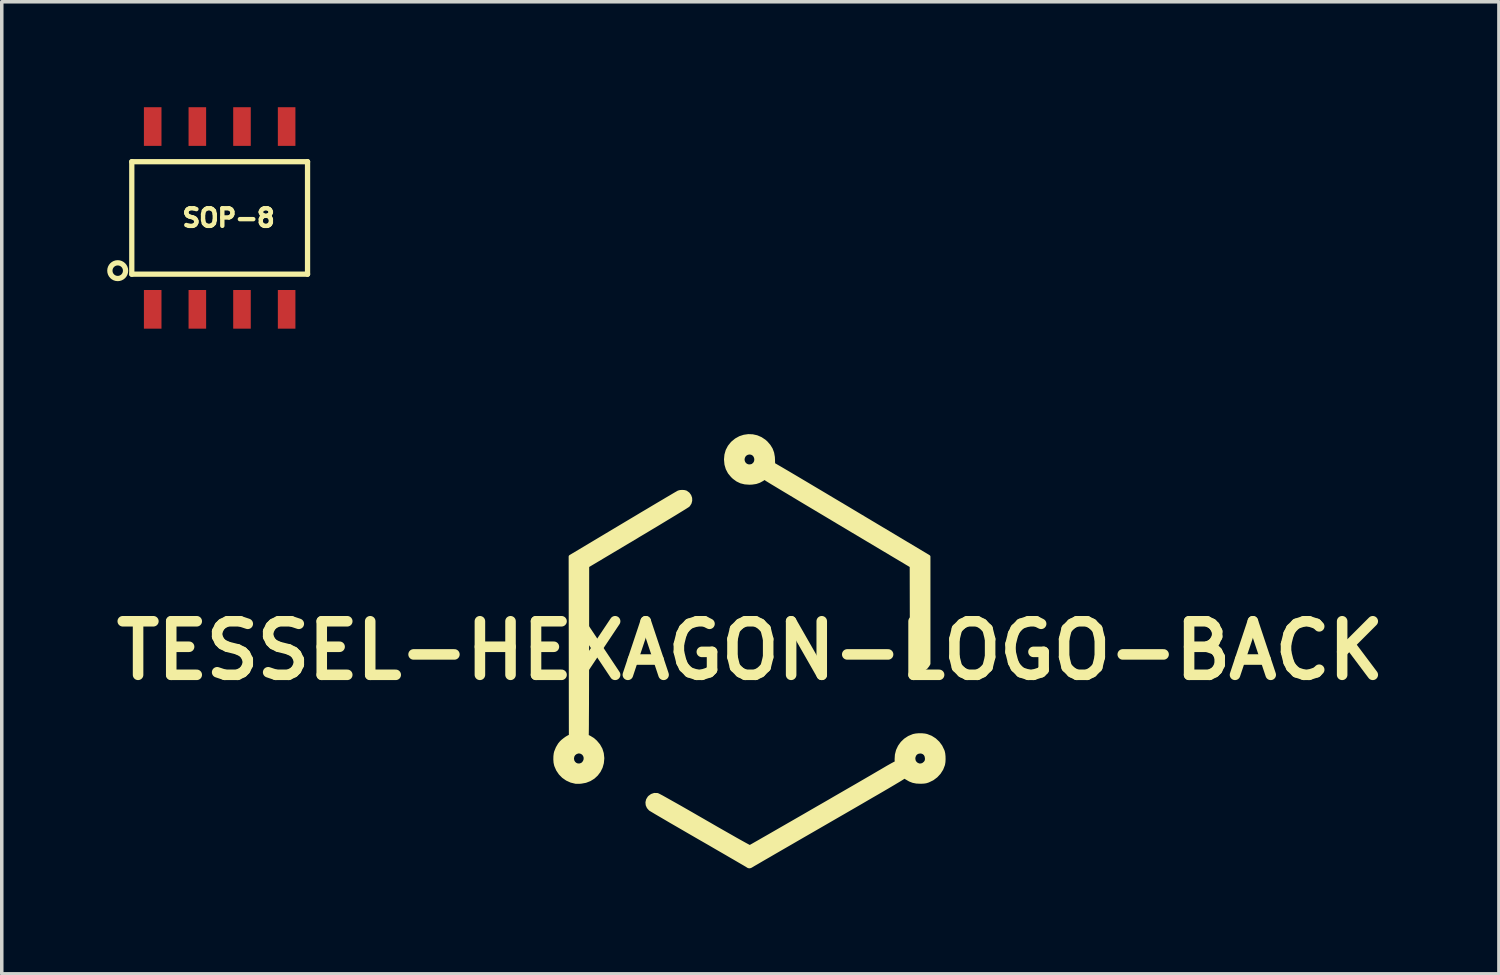
<source format=kicad_pcb>
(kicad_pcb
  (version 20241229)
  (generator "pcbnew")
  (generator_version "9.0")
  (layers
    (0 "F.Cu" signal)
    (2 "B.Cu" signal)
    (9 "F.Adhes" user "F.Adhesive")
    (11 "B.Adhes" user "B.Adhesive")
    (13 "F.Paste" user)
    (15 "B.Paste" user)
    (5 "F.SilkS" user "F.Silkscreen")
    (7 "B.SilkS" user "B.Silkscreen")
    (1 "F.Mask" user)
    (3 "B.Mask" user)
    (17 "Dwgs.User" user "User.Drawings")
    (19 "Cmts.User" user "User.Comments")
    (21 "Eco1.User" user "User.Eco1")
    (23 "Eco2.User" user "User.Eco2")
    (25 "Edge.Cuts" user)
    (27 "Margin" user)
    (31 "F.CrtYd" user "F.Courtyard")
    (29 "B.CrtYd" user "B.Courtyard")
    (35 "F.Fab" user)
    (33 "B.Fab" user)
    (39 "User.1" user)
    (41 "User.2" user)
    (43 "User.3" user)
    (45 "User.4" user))
  (footprint "SOP-8"
    (layer "F.Cu")
    (at 3.199 3.15)
    (property "Reference" "SOP-8" (at 0.254 0 0) (layer "F.SilkS") (effects (font (size 0.5 0.5) (thickness 0.125))))
    (attr through_hole)
    (fp_line (start -2.5 -1.6) (end -2.5 1.6) (stroke (width 0.15) (type solid)) (layer "F.SilkS"))
    (fp_line (start -2.5 -1.6) (end 2.5 -1.6) (stroke (width 0.15) (type solid)) (layer "F.SilkS"))
    (fp_line (start -2.5 1.6) (end 2.5 1.6) (stroke (width 0.15) (type solid)) (layer "F.SilkS"))
    (fp_line (start 2.5 -1.6) (end 2.5 1.6) (stroke (width 0.15) (type solid)) (layer "F.SilkS"))
    (fp_circle (center -2.9 1.5) (end -2.8 1.3) (stroke (width 0.15) (type solid)) (fill no) (layer "F.SilkS"))
    (pad "1" smd rect (at -1.905 2.6) (size 0.5 1.1) (layers "F.Cu" "F.Mask" "F.Paste"))
    (pad "2" smd rect (at -0.635 2.6) (size 0.5 1.1) (layers "F.Cu" "F.Mask" "F.Paste"))
    (pad "3" smd rect (at 0.635 2.6) (size 0.5 1.1) (layers "F.Cu" "F.Mask" "F.Paste"))
    (pad "4" smd rect (at 1.905 2.6) (size 0.5 1.1) (layers "F.Cu" "F.Mask" "F.Paste"))
    (pad "5" smd rect (at 1.905 -2.6) (size 0.5 1.1) (layers "F.Cu" "F.Mask" "F.Paste"))
    (pad "6" smd rect (at 0.635 -2.6) (size 0.5 1.1) (layers "F.Cu" "F.Mask" "F.Paste"))
    (pad "7" smd rect (at -0.635 -2.6) (size 0.5 1.1) (layers "F.Cu" "F.Mask" "F.Paste"))
    (pad "8" smd rect (at -1.905 -2.6) (size 0.5 1.1) (layers "F.Cu" "F.Mask" "F.Paste")))
  (footprint "TESSEL-HEXAGON-LOGO-BACK"
    (layer "F.Cu")
    (at 18.295 15.458)
    (property "Reference" "TESSEL-HEXAGON-LOGO-BACK" (at 0 0 0) (layer "F.SilkS") (effects (font (size 1.524 1.524) (thickness 0.3))))
    (attr through_hole)
    (fp_poly (pts (xy -1.703 -4.267) (xy -1.721 -4.2) (xy -1.761 -4.138) (xy -1.767 -4.133) (xy -1.782 -4.121) (xy -1.818 -4.098) (xy -1.873 -4.063) (xy -1.946 -4.018) (xy -2.036 -3.963) (xy -2.14 -3.899) (xy -2.259 -3.827) (xy -2.39 -3.748) (xy -2.532 -3.662) (xy -2.684 -3.57) (xy -2.845 -3.474) (xy -3.013 -3.373) (xy -3.187 -3.27) (xy -3.219 -3.25) (xy -4.634 -2.407) (xy -4.636 -0.019) (xy -4.636 0.226) (xy -4.637 0.464) (xy -4.637 0.694) (xy -4.638 0.915) (xy -4.638 1.126) (xy -4.639 1.326) (xy -4.639 1.512) (xy -4.64 1.684) (xy -4.641 1.841) (xy -4.642 1.981) (xy -4.642 2.103) (xy -4.643 2.206) (xy -4.644 2.288) (xy -4.645 2.349) (xy -4.646 2.387) (xy -4.647 2.4) (xy -4.649 2.417) (xy -4.643 2.43) (xy -4.623 2.445) (xy -4.586 2.464) (xy -4.57 2.472) (xy -4.478 2.528) (xy -4.402 2.596) (xy -4.317 2.697) (xy -4.255 2.808) (xy -4.218 2.927) (xy -4.204 3.056) (xy -4.204 3.066) (xy -4.216 3.195) (xy -4.25 3.316) (xy -4.305 3.426) (xy -4.378 3.522) (xy -4.467 3.604) (xy -4.571 3.668) (xy -4.687 3.713) (xy -4.692 3.714) (xy -4.692 3.036) (xy -4.709 2.98) (xy -4.742 2.933) (xy -4.788 2.898) (xy -4.841 2.878) (xy -4.901 2.877) (xy -4.963 2.898) (xy -4.964 2.898) (xy -5.02 2.941) (xy -5.054 2.997) (xy -5.067 3.067) (xy -5.067 3.073) (xy -5.056 3.139) (xy -5.025 3.194) (xy -4.98 3.235) (xy -4.924 3.259) (xy -4.862 3.263) (xy -4.798 3.245) (xy -4.788 3.24) (xy -4.75 3.21) (xy -4.717 3.166) (xy -4.714 3.161) (xy -4.692 3.098) (xy -4.692 3.036) (xy -4.692 3.714) (xy -4.814 3.736) (xy -4.833 3.738) (xy -4.887 3.74) (xy -4.935 3.74) (xy -4.969 3.739) (xy -4.972 3.738) (xy -5.098 3.707) (xy -5.214 3.654) (xy -5.318 3.582) (xy -5.406 3.492) (xy -5.477 3.387) (xy -5.528 3.27) (xy -5.532 3.256) (xy -5.548 3.182) (xy -5.554 3.096) (xy -5.552 3.007) (xy -5.542 2.926) (xy -5.531 2.883) (xy -5.485 2.77) (xy -5.426 2.671) (xy -5.376 2.611) (xy -5.335 2.573) (xy -5.285 2.533) (xy -5.233 2.495) (xy -5.184 2.465) (xy -5.146 2.446) (xy -5.138 2.444) (xy -5.112 2.437) (xy -5.115 -0.118) (xy -5.118 -2.674) (xy -3.598 -3.582) (xy -3.417 -3.69) (xy -3.242 -3.794) (xy -3.074 -3.895) (xy -2.913 -3.99) (xy -2.763 -4.08) (xy -2.623 -4.163) (xy -2.494 -4.239) (xy -2.38 -4.307) (xy -2.279 -4.366) (xy -2.195 -4.416) (xy -2.127 -4.456) (xy -2.078 -4.484) (xy -2.049 -4.501) (xy -2.041 -4.505) (xy -1.997 -4.517) (xy -1.941 -4.521) (xy -1.886 -4.518) (xy -1.841 -4.507) (xy -1.831 -4.503) (xy -1.77 -4.459) (xy -1.728 -4.401) (xy -1.705 -4.336) (xy -1.703 -4.267)) (stroke (width 0.1) (type solid)) (fill yes) (layer "F.SilkS"))
    (fp_poly (pts (xy 5.074 0.375) (xy 5.044 0.423) (xy 4.998 0.481) (xy 4.945 0.519) (xy 4.878 0.539) (xy 4.841 0.543) (xy 4.794 0.545) (xy 4.763 0.543) (xy 4.737 0.533) (xy 4.708 0.513) (xy 4.699 0.506) (xy 4.661 0.471) (xy 4.628 0.432) (xy 4.616 0.412) (xy 4.612 0.404) (xy 4.609 0.395) (xy 4.606 0.382) (xy 4.603 0.366) (xy 4.601 0.345) (xy 4.598 0.316) (xy 4.597 0.28) (xy 4.595 0.233) (xy 4.594 0.175) (xy 4.593 0.104) (xy 4.592 0.019) (xy 4.591 -0.081) (xy 4.59 -0.199) (xy 4.59 -0.335) (xy 4.589 -0.491) (xy 4.588 -0.669) (xy 4.588 -0.869) (xy 4.587 -1.022) (xy 4.584 -2.407) (xy 2.55 -3.619) (xy 2.34 -3.745) (xy 2.136 -3.867) (xy 1.938 -3.985) (xy 1.747 -4.099) (xy 1.566 -4.207) (xy 1.394 -4.31) (xy 1.233 -4.407) (xy 1.085 -4.496) (xy 0.949 -4.577) (xy 0.828 -4.65) (xy 0.722 -4.714) (xy 0.632 -4.768) (xy 0.56 -4.812) (xy 0.507 -4.845) (xy 0.474 -4.865) (xy 0.462 -4.873) (xy 0.407 -4.914) (xy 0.344 -4.871) (xy 0.253 -4.821) (xy 0.164 -4.79) (xy 0.164 -5.422) (xy 0.159 -5.48) (xy 0.139 -5.535) (xy 0.104 -5.581) (xy 0.056 -5.613) (xy -0.004 -5.629) (xy -0.016 -5.629) (xy -0.082 -5.62) (xy -0.137 -5.591) (xy -0.178 -5.549) (xy -0.204 -5.496) (xy -0.214 -5.439) (xy -0.206 -5.38) (xy -0.18 -5.325) (xy -0.132 -5.278) (xy -0.127 -5.274) (xy -0.072 -5.25) (xy -0.01 -5.246) (xy 0.051 -5.259) (xy 0.073 -5.27) (xy 0.122 -5.313) (xy 0.152 -5.365) (xy 0.164 -5.422) (xy 0.164 -4.79) (xy 0.156 -4.788) (xy 0.047 -4.772) (xy -0.025 -4.769) (xy -0.153 -4.778) (xy -0.266 -4.806) (xy -0.368 -4.855) (xy -0.464 -4.925) (xy -0.511 -4.97) (xy -0.593 -5.069) (xy -0.651 -5.179) (xy -0.686 -5.299) (xy -0.698 -5.43) (xy -0.699 -5.436) (xy -0.687 -5.567) (xy -0.653 -5.688) (xy -0.595 -5.799) (xy -0.514 -5.899) (xy -0.503 -5.91) (xy -0.403 -5.992) (xy -0.293 -6.053) (xy -0.176 -6.091) (xy -0.056 -6.108) (xy 0.065 -6.103) (xy 0.183 -6.077) (xy 0.296 -6.028) (xy 0.401 -5.958) (xy 0.449 -5.915) (xy 0.53 -5.822) (xy 0.589 -5.726) (xy 0.628 -5.621) (xy 0.649 -5.503) (xy 0.653 -5.417) (xy 0.654 -5.359) (xy 0.656 -5.321) (xy 0.66 -5.3) (xy 0.668 -5.289) (xy 0.679 -5.286) (xy 0.679 -5.286) (xy 0.693 -5.279) (xy 0.727 -5.259) (xy 0.78 -5.228) (xy 0.853 -5.186) (xy 0.943 -5.133) (xy 1.049 -5.071) (xy 1.171 -4.999) (xy 1.308 -4.918) (xy 1.458 -4.829) (xy 1.62 -4.733) (xy 1.794 -4.629) (xy 1.978 -4.52) (xy 2.171 -4.405) (xy 2.372 -4.285) (xy 2.581 -4.161) (xy 2.796 -4.033) (xy 2.889 -3.977) (xy 5.074 -2.672) (xy 5.074 -1.149) (xy 5.074 0.375)) (stroke (width 0.1) (type solid)) (fill yes) (layer "F.SilkS"))
    (fp_poly (pts (xy 5.505 3.09) (xy 5.501 3.169) (xy 5.49 3.235) (xy 5.488 3.245) (xy 5.441 3.366) (xy 5.372 3.474) (xy 5.285 3.568) (xy 5.181 3.646) (xy 5.061 3.704) (xy 5.055 3.706) (xy 5.019 3.718) (xy 5.019 3.077) (xy 5.009 3.004) (xy 4.98 2.945) (xy 4.934 2.903) (xy 4.873 2.88) (xy 4.832 2.877) (xy 4.764 2.888) (xy 4.709 2.919) (xy 4.669 2.969) (xy 4.647 3.034) (xy 4.644 3.077) (xy 4.655 3.14) (xy 4.687 3.194) (xy 4.735 3.236) (xy 4.794 3.26) (xy 4.832 3.264) (xy 4.895 3.252) (xy 4.928 3.235) (xy 4.979 3.192) (xy 5.008 3.146) (xy 5.019 3.09) (xy 5.019 3.077) (xy 5.019 3.718) (xy 5.008 3.722) (xy 4.962 3.731) (xy 4.909 3.736) (xy 4.84 3.738) (xy 4.839 3.738) (xy 4.728 3.733) (xy 4.631 3.714) (xy 4.541 3.679) (xy 4.458 3.631) (xy 4.417 3.606) (xy 4.391 3.593) (xy 4.375 3.591) (xy 4.363 3.598) (xy 4.36 3.601) (xy 4.351 3.609) (xy 4.332 3.622) (xy 4.303 3.64) (xy 4.263 3.665) (xy 4.212 3.696) (xy 4.149 3.733) (xy 4.074 3.778) (xy 3.984 3.831) (xy 3.881 3.892) (xy 3.763 3.961) (xy 3.629 4.039) (xy 3.478 4.126) (xy 3.311 4.223) (xy 3.126 4.331) (xy 2.922 4.449) (xy 2.699 4.578) (xy 2.456 4.718) (xy 2.193 4.87) (xy 1.918 5.029) (xy 1.719 5.144) (xy 1.526 5.255) (xy 1.339 5.363) (xy 1.16 5.467) (xy 0.99 5.565) (xy 0.831 5.657) (xy 0.682 5.743) (xy 0.547 5.822) (xy 0.425 5.892) (xy 0.318 5.954) (xy 0.228 6.007) (xy 0.154 6.05) (xy 0.1 6.081) (xy 0.065 6.102) (xy 0.052 6.11) (xy 0.007 6.136) (xy -0.026 6.145) (xy -0.055 6.138) (xy -0.078 6.124) (xy -0.092 6.114) (xy -0.128 6.093) (xy -0.182 6.061) (xy -0.255 6.019) (xy -0.344 5.967) (xy -0.448 5.906) (xy -0.566 5.838) (xy -0.696 5.762) (xy -0.838 5.68) (xy -0.989 5.593) (xy -1.148 5.5) (xy -1.315 5.404) (xy -1.46 5.321) (xy -1.631 5.222) (xy -1.797 5.126) (xy -1.955 5.034) (xy -2.105 4.947) (xy -2.246 4.866) (xy -2.375 4.79) (xy -2.491 4.722) (xy -2.594 4.662) (xy -2.681 4.611) (xy -2.751 4.569) (xy -2.803 4.538) (xy -2.836 4.518) (xy -2.848 4.51) (xy -2.898 4.453) (xy -2.927 4.388) (xy -2.933 4.318) (xy -2.917 4.25) (xy -2.878 4.186) (xy -2.864 4.171) (xy -2.8 4.124) (xy -2.729 4.1) (xy -2.653 4.101) (xy -2.64 4.104) (xy -2.622 4.112) (xy -2.583 4.132) (xy -2.524 4.163) (xy -2.447 4.206) (xy -2.354 4.258) (xy -2.244 4.32) (xy -2.119 4.39) (xy -1.981 4.468) (xy -1.831 4.554) (xy -1.67 4.646) (xy -1.499 4.745) (xy -1.319 4.848) (xy -1.311 4.853) (xy -1.142 4.95) (xy -0.98 5.044) (xy -0.826 5.132) (xy -0.68 5.215) (xy -0.546 5.291) (xy -0.424 5.361) (xy -0.315 5.422) (xy -0.22 5.475) (xy -0.142 5.518) (xy -0.081 5.551) (xy -0.039 5.573) (xy -0.017 5.584) (xy -0.014 5.585) (xy -0.001 5.578) (xy 0.033 5.559) (xy 0.086 5.529) (xy 0.156 5.489) (xy 0.244 5.439) (xy 0.346 5.38) (xy 0.462 5.314) (xy 0.591 5.24) (xy 0.73 5.16) (xy 0.879 5.074) (xy 1.037 4.983) (xy 1.201 4.889) (xy 1.371 4.791) (xy 1.545 4.691) (xy 1.721 4.589) (xy 1.899 4.486) (xy 2.077 4.384) (xy 2.254 4.282) (xy 2.427 4.181) (xy 2.597 4.083) (xy 2.761 3.988) (xy 2.919 3.897) (xy 3.068 3.811) (xy 3.207 3.73) (xy 3.336 3.655) (xy 3.452 3.588) (xy 3.554 3.528) (xy 3.641 3.477) (xy 3.712 3.436) (xy 3.734 3.423) (xy 3.821 3.372) (xy 3.902 3.324) (xy 3.975 3.283) (xy 4.037 3.248) (xy 4.084 3.223) (xy 4.113 3.207) (xy 4.121 3.204) (xy 4.159 3.192) (xy 4.155 3.092) (xy 4.163 2.964) (xy 4.194 2.843) (xy 4.247 2.731) (xy 4.319 2.631) (xy 4.408 2.545) (xy 4.514 2.475) (xy 4.634 2.425) (xy 4.647 2.421) (xy 4.714 2.408) (xy 4.796 2.401) (xy 4.882 2.402) (xy 4.962 2.41) (xy 5.015 2.421) (xy 5.136 2.468) (xy 5.245 2.537) (xy 5.338 2.624) (xy 5.415 2.728) (xy 5.473 2.848) (xy 5.481 2.87) (xy 5.495 2.931) (xy 5.503 3.007) (xy 5.505 3.09)) (stroke (width 0.1) (type solid)) (fill yes) (layer "F.SilkS")))
  (gr_rect
    (start -3 -3)
    (end 39.591 24.653)
    (stroke (width 0.1) (type default))
    (fill no)
    (layer "Edge.Cuts")))
</source>
